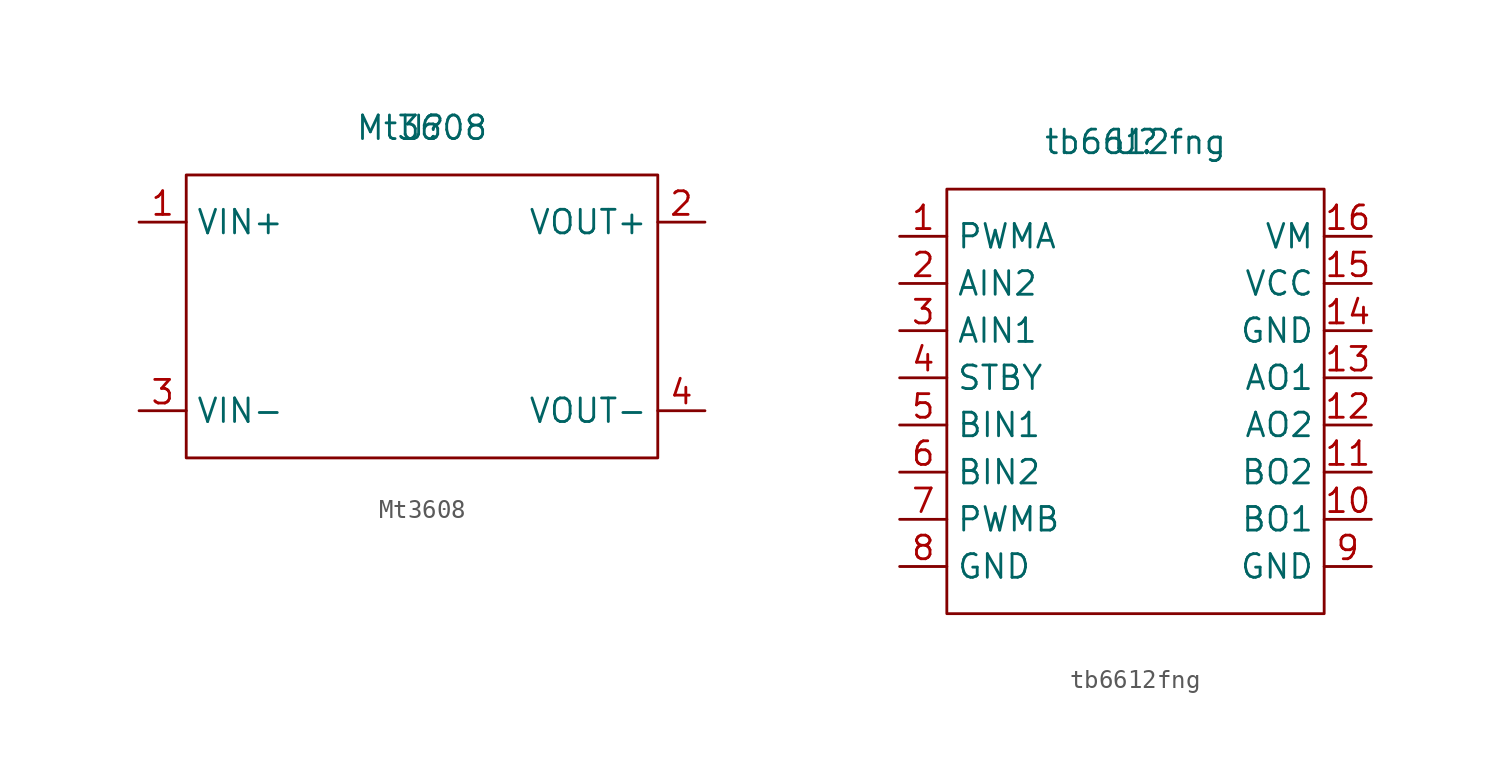
<source format=kicad_sym>
(kicad_symbol_lib
  (version 20211014)
  (generator kicad_symbol_editor)
  (symbol "Mt3608"
    (property "Reference" "U"
      (at 0 0 0)
      (effects (font (size 1.27 1.27))))
    (property "Value" "Mt3608"
      (at 0 0 0)
      (effects (font (size 1.27 1.27))))
    (symbol "Mt3608_0_1"
      (rectangle (start -12.7 -2.54) (end 12.7 -17.78) (stroke (width 0) (type default) (color 0 0 0 0)) (fill (type none))))
    (symbol "Mt3608_1_1"
      (pin input line (at -15.24 -5.08 0) (length 2.54) (name "VIN+" (effects (font (size 1.27 1.27)))) (number "1" (effects (font (size 1.27 1.27)))))
      (pin input line (at 15.24 -5.08 180) (length 2.54) (name "VOUT+" (effects (font (size 1.27 1.27)))) (number "2" (effects (font (size 1.27 1.27)))))
      (pin input line (at -15.24 -15.24 0) (length 2.54) (name "VIN-" (effects (font (size 1.27 1.27)))) (number "3" (effects (font (size 1.27 1.27)))))
      (pin input line (at 15.24 -15.24 180) (length 2.54) (name "VOUT-" (effects (font (size 1.27 1.27)))) (number "4" (effects (font (size 1.27 1.27)))))))
  (symbol "tb6612fng"
    (property "Reference" "U"
      (at 0 0 0)
      (effects (font (size 1.27 1.27))))
    (property "Value" "tb6612fng"
      (at 0 0 0)
      (effects (font (size 1.27 1.27))))
    (symbol "tb6612fng_0_1"
      (rectangle (start -10.16 -2.54) (end 10.16 -25.4) (stroke (width 0) (type default) (color 0 0 0 0)) (fill (type none))))
    (symbol "tb6612fng_1_1"
      (pin input line (at -12.7 -5.08 0) (length 2.54) (name "PWMA" (effects (font (size 1.27 1.27)))) (number "1" (effects (font (size 1.27 1.27)))))
      (pin input line (at 12.7 -20.32 180) (length 2.54) (name "BO1" (effects (font (size 1.27 1.27)))) (number "10" (effects (font (size 1.27 1.27)))))
      (pin input line (at 12.7 -17.78 180) (length 2.54) (name "BO2" (effects (font (size 1.27 1.27)))) (number "11" (effects (font (size 1.27 1.27)))))
      (pin input line (at 12.7 -15.24 180) (length 2.54) (name "AO2" (effects (font (size 1.27 1.27)))) (number "12" (effects (font (size 1.27 1.27)))))
      (pin input line (at 12.7 -12.7 180) (length 2.54) (name "AO1" (effects (font (size 1.27 1.27)))) (number "13" (effects (font (size 1.27 1.27)))))
      (pin input line (at 12.7 -10.16 180) (length 2.54) (name "GND" (effects (font (size 1.27 1.27)))) (number "14" (effects (font (size 1.27 1.27)))))
      (pin input line (at 12.7 -7.62 180) (length 2.54) (name "VCC" (effects (font (size 1.27 1.27)))) (number "15" (effects (font (size 1.27 1.27)))))
      (pin input line (at 12.7 -5.08 180) (length 2.54) (name "VM" (effects (font (size 1.27 1.27)))) (number "16" (effects (font (size 1.27 1.27)))))
      (pin input line (at -12.7 -7.62 0) (length 2.54) (name "AIN2" (effects (font (size 1.27 1.27)))) (number "2" (effects (font (size 1.27 1.27)))))
      (pin input line (at -12.7 -10.16 0) (length 2.54) (name "AIN1" (effects (font (size 1.27 1.27)))) (number "3" (effects (font (size 1.27 1.27)))))
      (pin input line (at -12.7 -12.7 0) (length 2.54) (name "STBY" (effects (font (size 1.27 1.27)))) (number "4" (effects (font (size 1.27 1.27)))))
      (pin input line (at -12.7 -15.24 0) (length 2.54) (name "BIN1" (effects (font (size 1.27 1.27)))) (number "5" (effects (font (size 1.27 1.27)))))
      (pin input line (at -12.7 -17.78 0) (length 2.54) (name "BIN2" (effects (font (size 1.27 1.27)))) (number "6" (effects (font (size 1.27 1.27)))))
      (pin input line (at -12.7 -20.32 0) (length 2.54) (name "PWMB" (effects (font (size 1.27 1.27)))) (number "7" (effects (font (size 1.27 1.27)))))
      (pin input line (at -12.7 -22.86 0) (length 2.54) (name "GND" (effects (font (size 1.27 1.27)))) (number "8" (effects (font (size 1.27 1.27)))))
      (pin input line (at 12.7 -22.86 180) (length 2.54) (name "GND" (effects (font (size 1.27 1.27)))) (number "9" (effects (font (size 1.27 1.27))))))))
</source>
